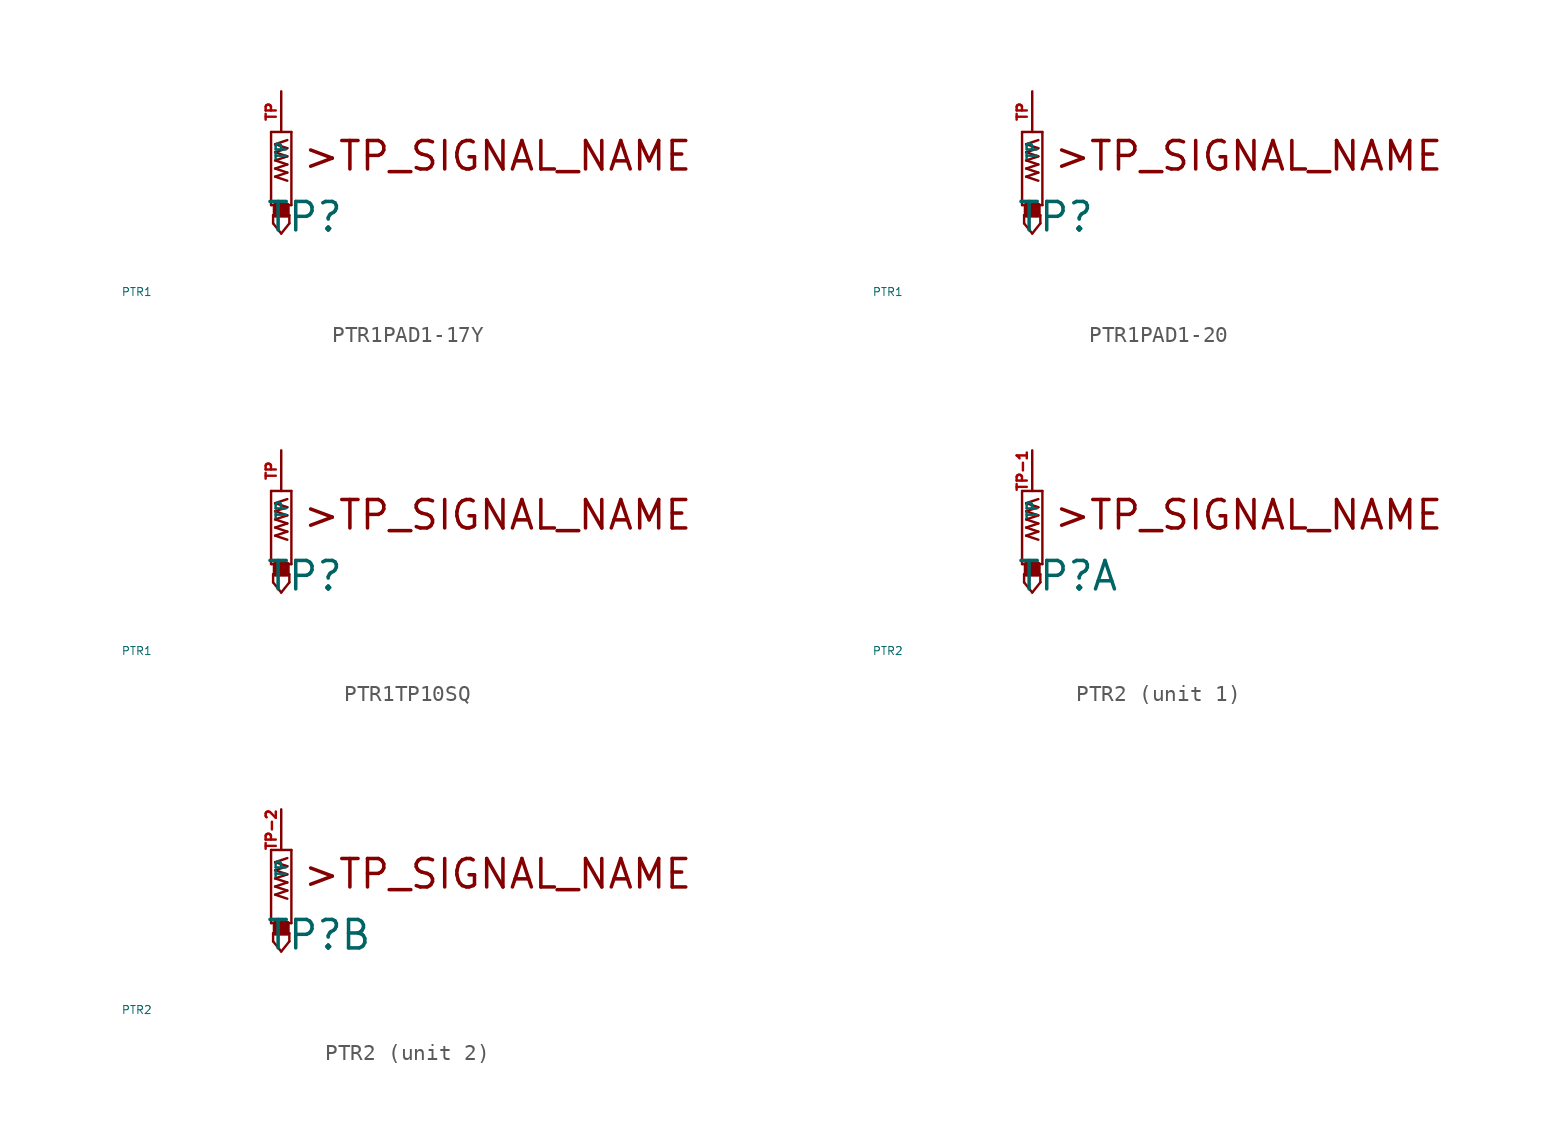
<source format=kicad_sym>
(kicad_symbol_lib
  (version 20220914)
  (generator Eagle2Kicad)
  (symbol "PTR1PAD1-17Y"
    (property "Reference" "TP"
      (at -1.016 -6.35 0)
      (effects (font (size 1.778 1.778) (thickness 0.22)) (justify left bottom)))
    (property "Value" "PTR1"
      (at -10 -10 0)
      (effects (font (size 0.5 0.5) (thickness 0.06)) (justify left)))
    (polyline
      (pts (xy 0.635 -4.572) (xy -0.635 -4.572))
      (stroke (width 0.152) (type default))
      (fill (type none)))
    (polyline
      (pts (xy 0.635 -4.572) (xy 0.635 0))
      (stroke (width 0.152) (type default))
      (fill (type none)))
    (polyline
      (pts (xy 0.635 0) (xy -0.635 0))
      (stroke (width 0.152) (type default))
      (fill (type none)))
    (polyline
      (pts (xy -0.635 0) (xy -0.635 -4.572))
      (stroke (width 0.152) (type default))
      (fill (type none)))
    (polyline
      (pts (xy 0.381 -3.048) (xy -0.381 -2.794))
      (stroke (width 0.152) (type default))
      (fill (type none)))
    (polyline
      (pts (xy -0.381 -2.794) (xy 0.381 -2.54))
      (stroke (width 0.152) (type default))
      (fill (type none)))
    (polyline
      (pts (xy 0.381 -2.54) (xy -0.381 -2.286))
      (stroke (width 0.152) (type default))
      (fill (type none)))
    (polyline
      (pts (xy -0.381 -2.286) (xy 0.381 -2.032))
      (stroke (width 0.152) (type default))
      (fill (type none)))
    (polyline
      (pts (xy 0.381 -2.032) (xy -0.381 -1.778))
      (stroke (width 0.152) (type default))
      (fill (type none)))
    (polyline
      (pts (xy -0.381 -1.778) (xy 0.381 -1.524))
      (stroke (width 0.152) (type default))
      (fill (type none)))
    (polyline
      (pts (xy 0.381 -1.524) (xy -0.381 -1.27))
      (stroke (width 0.152) (type default))
      (fill (type none)))
    (polyline
      (pts (xy -0.381 -1.27) (xy 0.381 -1.016))
      (stroke (width 0.152) (type default))
      (fill (type none)))
    (polyline
      (pts (xy 0.381 -1.016) (xy -0.381 -0.762))
      (stroke (width 0.152) (type default))
      (fill (type none)))
    (polyline
      (pts (xy -0.381 -0.762) (xy 0.381 -0.508))
      (stroke (width 0.152) (type default))
      (fill (type none)))
    (polyline
      (pts (xy 0.508 -5.207) (xy -0.508 -5.207))
      (stroke (width 0.152) (type default))
      (fill (type none)))
    (polyline
      (pts (xy -0.508 -5.207) (xy -0.508 -5.715))
      (stroke (width 0.152) (type default))
      (fill (type none)))
    (polyline
      (pts (xy -0.508 -5.715) (xy 0 -6.35))
      (stroke (width 0.152) (type default))
      (fill (type none)))
    (polyline
      (pts (xy 0 -6.35) (xy 0.508 -5.715))
      (stroke (width 0.152) (type default))
      (fill (type none)))
    (polyline
      (pts (xy 0.508 -5.715) (xy 0.508 -5.207))
      (stroke (width 0.152) (type default))
      (fill (type none)))
    (text ">TP_SIGNAL_NAME"
      (at 1.27 -2.54 0)
      (effects (font (size 1.778 1.778) (thickness 0.22)) (justify left bottom)))
    (rectangle
      (start -0.381 -5.207)
      (end 0.381 -4.572)
      (stroke (width 0.3) (type default))
      (fill (type outline)))
    (pin input line
      (at 0 2.54 270)
      (length 2.54)
      (name "TP" (effects (font (size 0.635 0.635) (thickness 0.08)) (justify left bottom)))
      (number "TP" (effects (font (size 0.635 0.635) (thickness 0.08)) (justify left bottom)))))
  (symbol "PTR1PAD1-20"
    (property "Reference" "TP"
      (at -1.016 -6.35 0)
      (effects (font (size 1.778 1.778) (thickness 0.22)) (justify left bottom)))
    (property "Value" "PTR1"
      (at -10 -10 0)
      (effects (font (size 0.5 0.5) (thickness 0.06)) (justify left)))
    (polyline
      (pts (xy 0.635 -4.572) (xy -0.635 -4.572))
      (stroke (width 0.152) (type default))
      (fill (type none)))
    (polyline
      (pts (xy 0.635 -4.572) (xy 0.635 0))
      (stroke (width 0.152) (type default))
      (fill (type none)))
    (polyline
      (pts (xy 0.635 0) (xy -0.635 0))
      (stroke (width 0.152) (type default))
      (fill (type none)))
    (polyline
      (pts (xy -0.635 0) (xy -0.635 -4.572))
      (stroke (width 0.152) (type default))
      (fill (type none)))
    (polyline
      (pts (xy 0.381 -3.048) (xy -0.381 -2.794))
      (stroke (width 0.152) (type default))
      (fill (type none)))
    (polyline
      (pts (xy -0.381 -2.794) (xy 0.381 -2.54))
      (stroke (width 0.152) (type default))
      (fill (type none)))
    (polyline
      (pts (xy 0.381 -2.54) (xy -0.381 -2.286))
      (stroke (width 0.152) (type default))
      (fill (type none)))
    (polyline
      (pts (xy -0.381 -2.286) (xy 0.381 -2.032))
      (stroke (width 0.152) (type default))
      (fill (type none)))
    (polyline
      (pts (xy 0.381 -2.032) (xy -0.381 -1.778))
      (stroke (width 0.152) (type default))
      (fill (type none)))
    (polyline
      (pts (xy -0.381 -1.778) (xy 0.381 -1.524))
      (stroke (width 0.152) (type default))
      (fill (type none)))
    (polyline
      (pts (xy 0.381 -1.524) (xy -0.381 -1.27))
      (stroke (width 0.152) (type default))
      (fill (type none)))
    (polyline
      (pts (xy -0.381 -1.27) (xy 0.381 -1.016))
      (stroke (width 0.152) (type default))
      (fill (type none)))
    (polyline
      (pts (xy 0.381 -1.016) (xy -0.381 -0.762))
      (stroke (width 0.152) (type default))
      (fill (type none)))
    (polyline
      (pts (xy -0.381 -0.762) (xy 0.381 -0.508))
      (stroke (width 0.152) (type default))
      (fill (type none)))
    (polyline
      (pts (xy 0.508 -5.207) (xy -0.508 -5.207))
      (stroke (width 0.152) (type default))
      (fill (type none)))
    (polyline
      (pts (xy -0.508 -5.207) (xy -0.508 -5.715))
      (stroke (width 0.152) (type default))
      (fill (type none)))
    (polyline
      (pts (xy -0.508 -5.715) (xy 0 -6.35))
      (stroke (width 0.152) (type default))
      (fill (type none)))
    (polyline
      (pts (xy 0 -6.35) (xy 0.508 -5.715))
      (stroke (width 0.152) (type default))
      (fill (type none)))
    (polyline
      (pts (xy 0.508 -5.715) (xy 0.508 -5.207))
      (stroke (width 0.152) (type default))
      (fill (type none)))
    (text ">TP_SIGNAL_NAME"
      (at 1.27 -2.54 0)
      (effects (font (size 1.778 1.778) (thickness 0.22)) (justify left bottom)))
    (rectangle
      (start -0.381 -5.207)
      (end 0.381 -4.572)
      (stroke (width 0.3) (type default))
      (fill (type outline)))
    (pin input line
      (at 0 2.54 270)
      (length 2.54)
      (name "TP" (effects (font (size 0.635 0.635) (thickness 0.08)) (justify left bottom)))
      (number "TP" (effects (font (size 0.635 0.635) (thickness 0.08)) (justify left bottom)))))
  (symbol "PTR1TP10SQ"
    (property "Reference" "TP"
      (at -1.016 -6.35 0)
      (effects (font (size 1.778 1.778) (thickness 0.22)) (justify left bottom)))
    (property "Value" "PTR1"
      (at -10 -10 0)
      (effects (font (size 0.5 0.5) (thickness 0.06)) (justify left)))
    (polyline
      (pts (xy 0.635 -4.572) (xy -0.635 -4.572))
      (stroke (width 0.152) (type default))
      (fill (type none)))
    (polyline
      (pts (xy 0.635 -4.572) (xy 0.635 0))
      (stroke (width 0.152) (type default))
      (fill (type none)))
    (polyline
      (pts (xy 0.635 0) (xy -0.635 0))
      (stroke (width 0.152) (type default))
      (fill (type none)))
    (polyline
      (pts (xy -0.635 0) (xy -0.635 -4.572))
      (stroke (width 0.152) (type default))
      (fill (type none)))
    (polyline
      (pts (xy 0.381 -3.048) (xy -0.381 -2.794))
      (stroke (width 0.152) (type default))
      (fill (type none)))
    (polyline
      (pts (xy -0.381 -2.794) (xy 0.381 -2.54))
      (stroke (width 0.152) (type default))
      (fill (type none)))
    (polyline
      (pts (xy 0.381 -2.54) (xy -0.381 -2.286))
      (stroke (width 0.152) (type default))
      (fill (type none)))
    (polyline
      (pts (xy -0.381 -2.286) (xy 0.381 -2.032))
      (stroke (width 0.152) (type default))
      (fill (type none)))
    (polyline
      (pts (xy 0.381 -2.032) (xy -0.381 -1.778))
      (stroke (width 0.152) (type default))
      (fill (type none)))
    (polyline
      (pts (xy -0.381 -1.778) (xy 0.381 -1.524))
      (stroke (width 0.152) (type default))
      (fill (type none)))
    (polyline
      (pts (xy 0.381 -1.524) (xy -0.381 -1.27))
      (stroke (width 0.152) (type default))
      (fill (type none)))
    (polyline
      (pts (xy -0.381 -1.27) (xy 0.381 -1.016))
      (stroke (width 0.152) (type default))
      (fill (type none)))
    (polyline
      (pts (xy 0.381 -1.016) (xy -0.381 -0.762))
      (stroke (width 0.152) (type default))
      (fill (type none)))
    (polyline
      (pts (xy -0.381 -0.762) (xy 0.381 -0.508))
      (stroke (width 0.152) (type default))
      (fill (type none)))
    (polyline
      (pts (xy 0.508 -5.207) (xy -0.508 -5.207))
      (stroke (width 0.152) (type default))
      (fill (type none)))
    (polyline
      (pts (xy -0.508 -5.207) (xy -0.508 -5.715))
      (stroke (width 0.152) (type default))
      (fill (type none)))
    (polyline
      (pts (xy -0.508 -5.715) (xy 0 -6.35))
      (stroke (width 0.152) (type default))
      (fill (type none)))
    (polyline
      (pts (xy 0 -6.35) (xy 0.508 -5.715))
      (stroke (width 0.152) (type default))
      (fill (type none)))
    (polyline
      (pts (xy 0.508 -5.715) (xy 0.508 -5.207))
      (stroke (width 0.152) (type default))
      (fill (type none)))
    (text ">TP_SIGNAL_NAME"
      (at 1.27 -2.54 0)
      (effects (font (size 1.778 1.778) (thickness 0.22)) (justify left bottom)))
    (rectangle
      (start -0.381 -5.207)
      (end 0.381 -4.572)
      (stroke (width 0.3) (type default))
      (fill (type outline)))
    (pin input line
      (at 0 2.54 270)
      (length 2.54)
      (name "TP" (effects (font (size 0.635 0.635) (thickness 0.08)) (justify left bottom)))
      (number "TP" (effects (font (size 0.635 0.635) (thickness 0.08)) (justify left bottom)))))
  (symbol "PTR2"
    (property "Reference" "TP"
      (at -1.016 -6.35 0)
      (effects (font (size 1.778 1.778) (thickness 0.22)) (justify left bottom)))
    (property "Value" "PTR2"
      (at -10 -10 0)
      (effects (font (size 0.5 0.5) (thickness 0.06)) (justify left)))
    (symbol "PTR2_1_0"
      (polyline (pts (xy 0.635 -4.572) (xy -0.635 -4.572)) (stroke (width 0.152) (type default)) (fill (type none)))
      (polyline (pts (xy 0.635 -4.572) (xy 0.635 0)) (stroke (width 0.152) (type default)) (fill (type none)))
      (polyline (pts (xy 0.635 0) (xy -0.635 0)) (stroke (width 0.152) (type default)) (fill (type none)))
      (polyline (pts (xy -0.635 0) (xy -0.635 -4.572)) (stroke (width 0.152) (type default)) (fill (type none)))
      (polyline (pts (xy 0.381 -3.048) (xy -0.381 -2.794)) (stroke (width 0.152) (type default)) (fill (type none)))
      (polyline (pts (xy -0.381 -2.794) (xy 0.381 -2.54)) (stroke (width 0.152) (type default)) (fill (type none)))
      (polyline (pts (xy 0.381 -2.54) (xy -0.381 -2.286)) (stroke (width 0.152) (type default)) (fill (type none)))
      (polyline (pts (xy -0.381 -2.286) (xy 0.381 -2.032)) (stroke (width 0.152) (type default)) (fill (type none)))
      (polyline (pts (xy 0.381 -2.032) (xy -0.381 -1.778)) (stroke (width 0.152) (type default)) (fill (type none)))
      (polyline (pts (xy -0.381 -1.778) (xy 0.381 -1.524)) (stroke (width 0.152) (type default)) (fill (type none)))
      (polyline (pts (xy 0.381 -1.524) (xy -0.381 -1.27)) (stroke (width 0.152) (type default)) (fill (type none)))
      (polyline (pts (xy -0.381 -1.27) (xy 0.381 -1.016)) (stroke (width 0.152) (type default)) (fill (type none)))
      (polyline (pts (xy 0.381 -1.016) (xy -0.381 -0.762)) (stroke (width 0.152) (type default)) (fill (type none)))
      (polyline (pts (xy -0.381 -0.762) (xy 0.381 -0.508)) (stroke (width 0.152) (type default)) (fill (type none)))
      (polyline (pts (xy 0.508 -5.207) (xy -0.508 -5.207)) (stroke (width 0.152) (type default)) (fill (type none)))
      (polyline (pts (xy -0.508 -5.207) (xy -0.508 -5.715)) (stroke (width 0.152) (type default)) (fill (type none)))
      (polyline (pts (xy -0.508 -5.715) (xy 0 -6.35)) (stroke (width 0.152) (type default)) (fill (type none)))
      (polyline (pts (xy 0 -6.35) (xy 0.508 -5.715)) (stroke (width 0.152) (type default)) (fill (type none)))
      (polyline (pts (xy 0.508 -5.715) (xy 0.508 -5.207)) (stroke (width 0.152) (type default)) (fill (type none)))
      (text ">TP_SIGNAL_NAME" (at 1.27 -2.54 0) (effects (font (size 1.778 1.778) (thickness 0.22)) (justify left bottom)))
      (rectangle (start -0.381 -5.207) (end 0.381 -4.572) (stroke (width 0.3) (type default)) (fill (type outline)))
      (pin input line (at 0 2.54 270) (length 2.54) (name "TP" (effects (font (size 0.635 0.635) (thickness 0.08)) (justify left bottom))) (number "TP-1" (effects (font (size 0.635 0.635) (thickness 0.08)) (justify left bottom)))))
    (symbol "PTR2_2_0"
      (polyline (pts (xy 0.635 -4.572) (xy -0.635 -4.572)) (stroke (width 0.152) (type default)) (fill (type none)))
      (polyline (pts (xy 0.635 -4.572) (xy 0.635 0)) (stroke (width 0.152) (type default)) (fill (type none)))
      (polyline (pts (xy 0.635 0) (xy -0.635 0)) (stroke (width 0.152) (type default)) (fill (type none)))
      (polyline (pts (xy -0.635 0) (xy -0.635 -4.572)) (stroke (width 0.152) (type default)) (fill (type none)))
      (polyline (pts (xy 0.381 -3.048) (xy -0.381 -2.794)) (stroke (width 0.152) (type default)) (fill (type none)))
      (polyline (pts (xy -0.381 -2.794) (xy 0.381 -2.54)) (stroke (width 0.152) (type default)) (fill (type none)))
      (polyline (pts (xy 0.381 -2.54) (xy -0.381 -2.286)) (stroke (width 0.152) (type default)) (fill (type none)))
      (polyline (pts (xy -0.381 -2.286) (xy 0.381 -2.032)) (stroke (width 0.152) (type default)) (fill (type none)))
      (polyline (pts (xy 0.381 -2.032) (xy -0.381 -1.778)) (stroke (width 0.152) (type default)) (fill (type none)))
      (polyline (pts (xy -0.381 -1.778) (xy 0.381 -1.524)) (stroke (width 0.152) (type default)) (fill (type none)))
      (polyline (pts (xy 0.381 -1.524) (xy -0.381 -1.27)) (stroke (width 0.152) (type default)) (fill (type none)))
      (polyline (pts (xy -0.381 -1.27) (xy 0.381 -1.016)) (stroke (width 0.152) (type default)) (fill (type none)))
      (polyline (pts (xy 0.381 -1.016) (xy -0.381 -0.762)) (stroke (width 0.152) (type default)) (fill (type none)))
      (polyline (pts (xy -0.381 -0.762) (xy 0.381 -0.508)) (stroke (width 0.152) (type default)) (fill (type none)))
      (polyline (pts (xy 0.508 -5.207) (xy -0.508 -5.207)) (stroke (width 0.152) (type default)) (fill (type none)))
      (polyline (pts (xy -0.508 -5.207) (xy -0.508 -5.715)) (stroke (width 0.152) (type default)) (fill (type none)))
      (polyline (pts (xy -0.508 -5.715) (xy 0 -6.35)) (stroke (width 0.152) (type default)) (fill (type none)))
      (polyline (pts (xy 0 -6.35) (xy 0.508 -5.715)) (stroke (width 0.152) (type default)) (fill (type none)))
      (polyline (pts (xy 0.508 -5.715) (xy 0.508 -5.207)) (stroke (width 0.152) (type default)) (fill (type none)))
      (text ">TP_SIGNAL_NAME" (at 1.27 -2.54 0) (effects (font (size 1.778 1.778) (thickness 0.22)) (justify left bottom)))
      (rectangle (start -0.381 -5.207) (end 0.381 -4.572) (stroke (width 0.3) (type default)) (fill (type outline)))
      (pin input line (at 0 2.54 270) (length 2.54) (name "TP" (effects (font (size 0.635 0.635) (thickness 0.08)) (justify left bottom))) (number "TP-2" (effects (font (size 0.635 0.635) (thickness 0.08)) (justify left bottom)))))))
</source>
